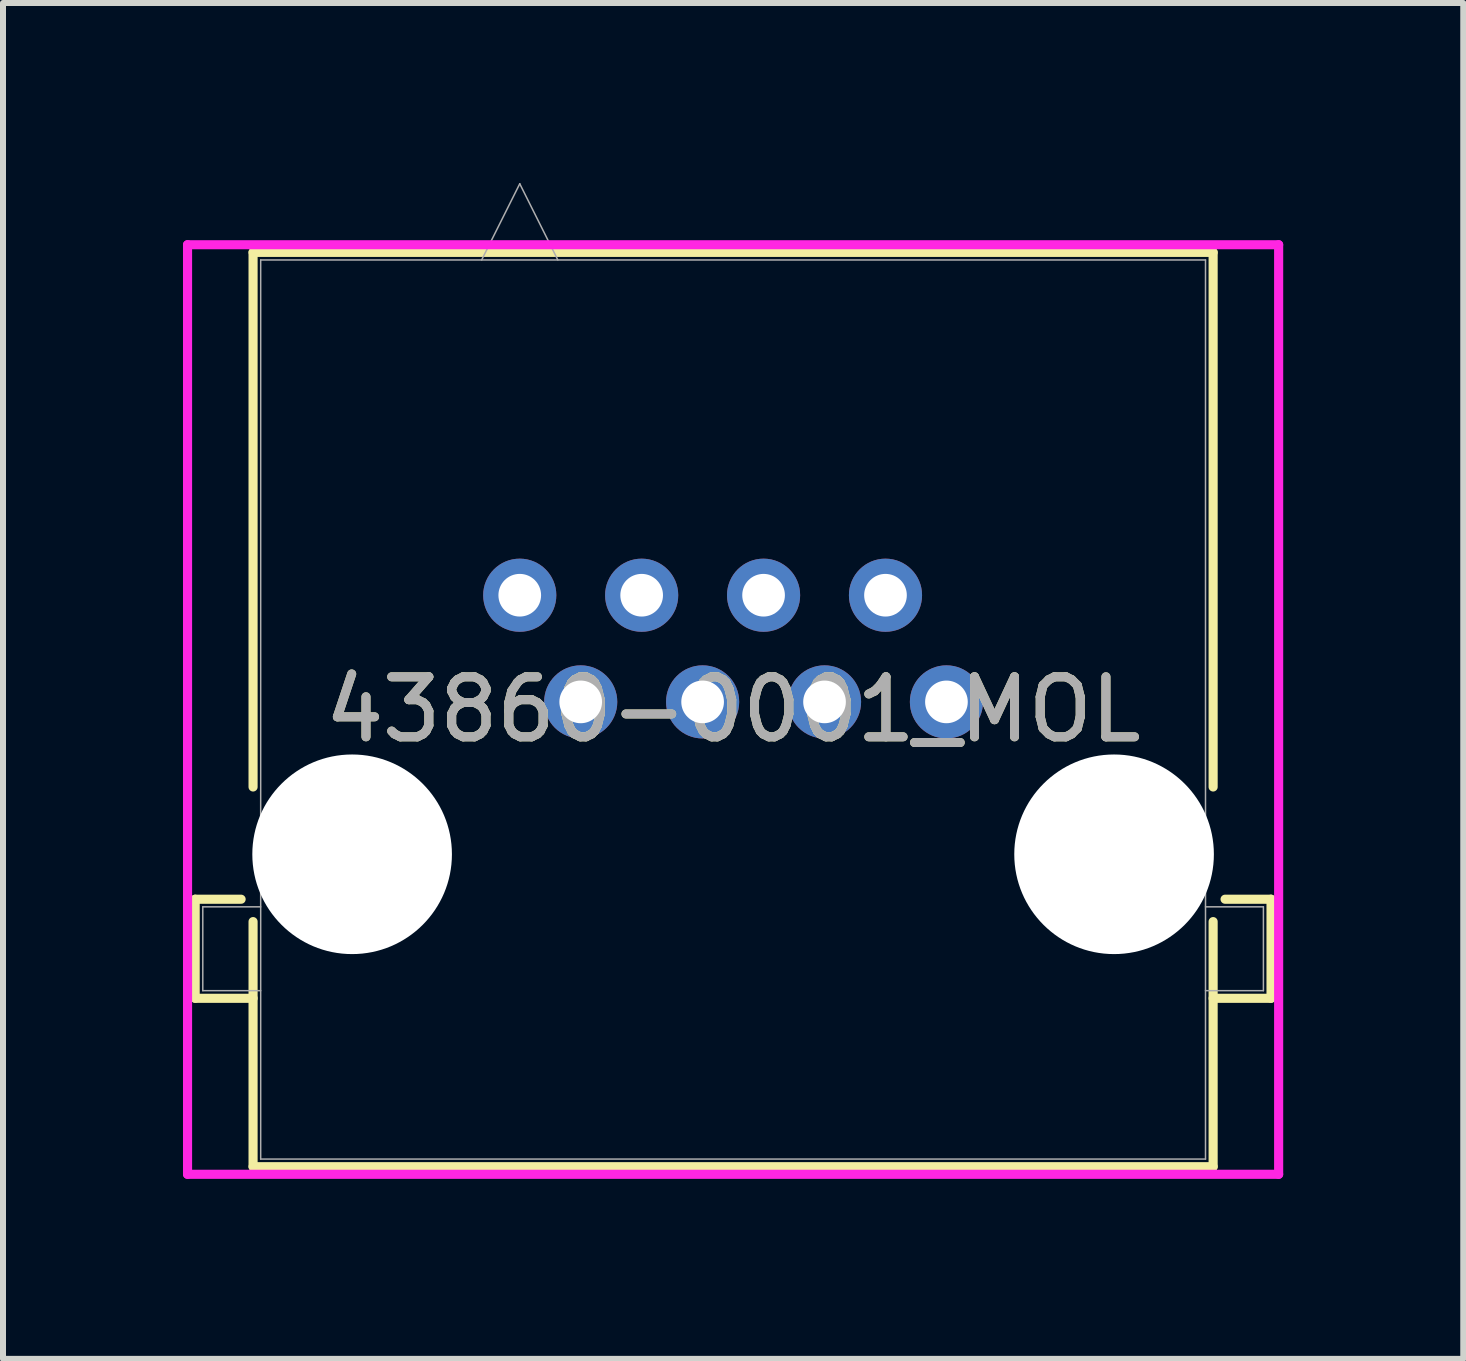
<source format=kicad_pcb>
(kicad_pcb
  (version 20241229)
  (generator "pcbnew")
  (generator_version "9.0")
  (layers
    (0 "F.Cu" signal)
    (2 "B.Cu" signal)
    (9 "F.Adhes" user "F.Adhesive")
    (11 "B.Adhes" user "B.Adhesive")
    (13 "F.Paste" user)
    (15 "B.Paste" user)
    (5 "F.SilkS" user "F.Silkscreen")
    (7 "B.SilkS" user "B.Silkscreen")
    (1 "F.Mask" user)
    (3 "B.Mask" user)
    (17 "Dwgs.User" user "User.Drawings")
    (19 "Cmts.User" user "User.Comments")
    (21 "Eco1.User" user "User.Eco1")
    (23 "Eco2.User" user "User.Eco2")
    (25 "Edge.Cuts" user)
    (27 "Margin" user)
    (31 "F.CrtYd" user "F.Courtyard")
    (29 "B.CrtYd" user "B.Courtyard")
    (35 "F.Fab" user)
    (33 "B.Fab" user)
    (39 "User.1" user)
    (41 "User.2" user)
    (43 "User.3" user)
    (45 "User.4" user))
  (footprint "43860-0001_MOL"
    (layer "F.Cu")
    (at 5.613 6.871)
    (property "Reference" "43860-0001_MOL" (at 3.556 1.905 0) (unlocked yes) (layer "F.SilkS") (effects (font (size 1 1) (thickness 0.15))))
    (attr through_hole)
    (fp_line (start -5.41 5.067) (end -4.644 5.067) (stroke (width 0.152) (type solid)) (layer "F.SilkS"))
    (fp_line (start -5.41 6.718) (end -5.41 5.067) (stroke (width 0.152) (type solid)) (layer "F.SilkS"))
    (fp_line (start -4.445 -5.715) (end -4.445 3.196) (stroke (width 0.152) (type solid)) (layer "F.SilkS"))
    (fp_line (start -4.445 5.44) (end -4.445 9.525) (stroke (width 0.152) (type solid)) (layer "F.SilkS"))
    (fp_line (start -4.445 6.718) (end -5.41 6.718) (stroke (width 0.152) (type solid)) (layer "F.SilkS"))
    (fp_line (start -4.445 9.525) (end 11.557 9.525) (stroke (width 0.152) (type solid)) (layer "F.SilkS"))
    (fp_line (start 11.557 -5.715) (end -4.445 -5.715) (stroke (width 0.152) (type solid)) (layer "F.SilkS"))
    (fp_line (start 11.557 3.196) (end 11.557 -5.715) (stroke (width 0.152) (type solid)) (layer "F.SilkS"))
    (fp_line (start 11.557 6.718) (end 12.522 6.718) (stroke (width 0.152) (type solid)) (layer "F.SilkS"))
    (fp_line (start 11.557 9.525) (end 11.557 5.44) (stroke (width 0.152) (type solid)) (layer "F.SilkS"))
    (fp_line (start 12.522 5.067) (end 11.756 5.067) (stroke (width 0.152) (type solid)) (layer "F.SilkS"))
    (fp_line (start 12.522 6.718) (end 12.522 5.067) (stroke (width 0.152) (type solid)) (layer "F.SilkS"))
    (fp_line (start -5.537 -5.842) (end -5.537 9.652) (stroke (width 0.152) (type solid)) (layer "F.CrtYd"))
    (fp_line (start -5.537 9.652) (end 12.649 9.652) (stroke (width 0.152) (type solid)) (layer "F.CrtYd"))
    (fp_line (start 12.649 -5.842) (end -5.537 -5.842) (stroke (width 0.152) (type solid)) (layer "F.CrtYd"))
    (fp_line (start 12.649 -5.842) (end 12.649 9.652) (stroke (width 0.152) (type solid)) (layer "F.CrtYd"))
    (fp_line (start -5.283 5.194) (end -4.318 5.194) (stroke (width 0.025) (type solid)) (layer "F.Fab"))
    (fp_line (start -5.283 6.591) (end -5.283 5.194) (stroke (width 0.025) (type solid)) (layer "F.Fab"))
    (fp_line (start -4.318 -5.588) (end -4.318 9.398) (stroke (width 0.025) (type solid)) (layer "F.Fab"))
    (fp_line (start -4.318 6.591) (end -5.283 6.591) (stroke (width 0.025) (type solid)) (layer "F.Fab"))
    (fp_line (start -4.318 9.398) (end 11.43 9.398) (stroke (width 0.025) (type solid)) (layer "F.Fab"))
    (fp_line (start -0.635 -5.588) (end 0 -6.858) (stroke (width 0.025) (type solid)) (layer "F.Fab"))
    (fp_line (start 0.635 -5.588) (end 0 -6.858) (stroke (width 0.025) (type solid)) (layer "F.Fab"))
    (fp_line (start 11.43 -5.588) (end -4.318 -5.588) (stroke (width 0.025) (type solid)) (layer "F.Fab"))
    (fp_line (start 11.43 6.591) (end 12.395 6.591) (stroke (width 0.025) (type solid)) (layer "F.Fab"))
    (fp_line (start 11.43 9.398) (end 11.43 -5.588) (stroke (width 0.025) (type solid)) (layer "F.Fab"))
    (fp_line (start 12.395 5.194) (end 11.43 5.194) (stroke (width 0.025) (type solid)) (layer "F.Fab"))
    (fp_line (start 12.395 6.591) (end 12.395 5.194) (stroke (width 0.025) (type solid)) (layer "F.Fab"))
    (fp_text user "${REFERENCE}" (at 3.556 1.905 0) (unlocked yes) (layer "F.Fab") (effects (font (size 1 1) (thickness 0.15))))
    (pad "" np_thru_hole circle (at -2.794 4.318 90) (size 3.327 3.327) (drill 3.327) (layers "*.Cu" "*.Mask"))
    (pad "" np_thru_hole circle (at 9.906 4.318 90) (size 3.327 3.327) (drill 3.327) (layers "*.Cu" "*.Mask"))
    (pad "1" thru_hole circle (at 0 0) (size 1.219 1.219) (drill 0.711) (layers "*.Cu" "*.Mask"))
    (pad "2" thru_hole circle (at 1.016 1.778) (size 1.219 1.219) (drill 0.711) (layers "*.Cu" "*.Mask"))
    (pad "3" thru_hole circle (at 2.032 0) (size 1.219 1.219) (drill 0.711) (layers "*.Cu" "*.Mask"))
    (pad "4" thru_hole circle (at 3.048 1.778) (size 1.219 1.219) (drill 0.711) (layers "*.Cu" "*.Mask"))
    (pad "5" thru_hole circle (at 4.064 0) (size 1.219 1.219) (drill 0.711) (layers "*.Cu" "*.Mask"))
    (pad "6" thru_hole circle (at 5.08 1.778) (size 1.219 1.219) (drill 0.711) (layers "*.Cu" "*.Mask"))
    (pad "7" thru_hole circle (at 6.096 0) (size 1.219 1.219) (drill 0.711) (layers "*.Cu" "*.Mask"))
    (pad "8" thru_hole circle (at 7.112 1.778) (size 1.219 1.219) (drill 0.711) (layers "*.Cu" "*.Mask")))
  (gr_rect
    (start -3 -3)
    (end 21.339 19.599)
    (stroke (width 0.1) (type default))
    (fill no)
    (layer "Edge.Cuts")))
</source>
